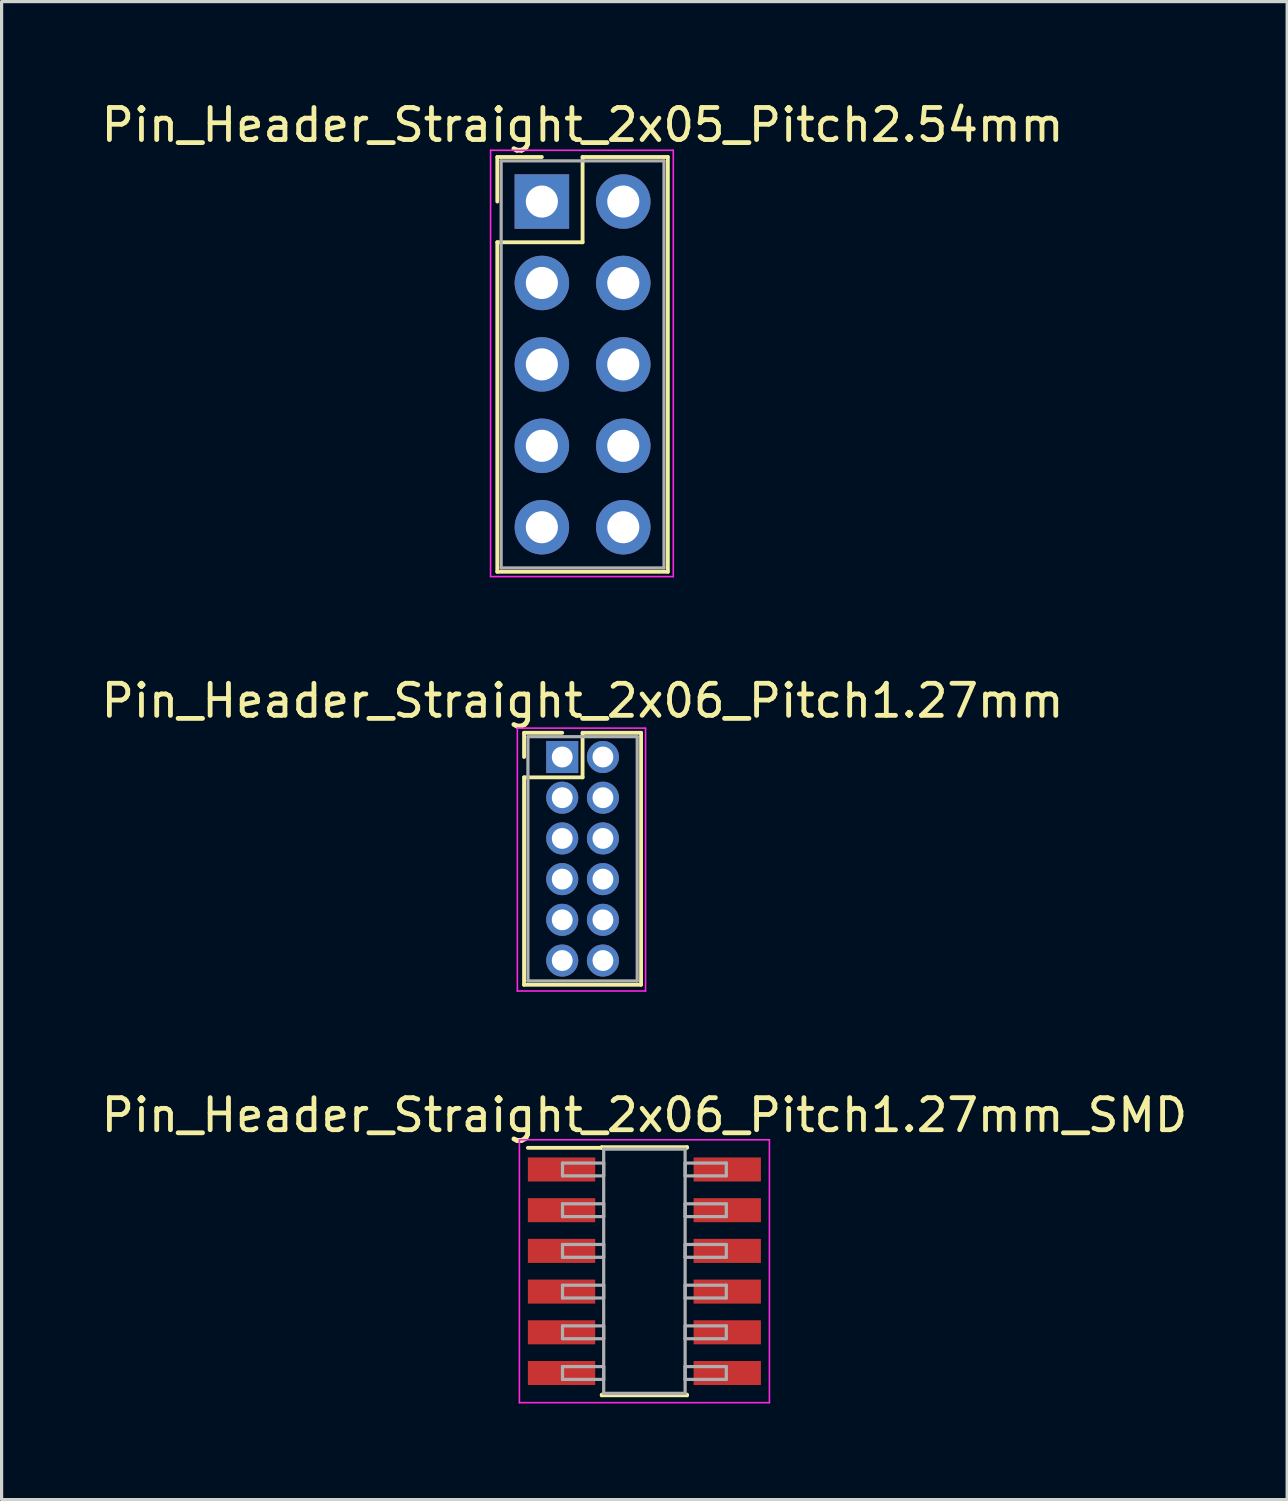
<source format=kicad_pcb>
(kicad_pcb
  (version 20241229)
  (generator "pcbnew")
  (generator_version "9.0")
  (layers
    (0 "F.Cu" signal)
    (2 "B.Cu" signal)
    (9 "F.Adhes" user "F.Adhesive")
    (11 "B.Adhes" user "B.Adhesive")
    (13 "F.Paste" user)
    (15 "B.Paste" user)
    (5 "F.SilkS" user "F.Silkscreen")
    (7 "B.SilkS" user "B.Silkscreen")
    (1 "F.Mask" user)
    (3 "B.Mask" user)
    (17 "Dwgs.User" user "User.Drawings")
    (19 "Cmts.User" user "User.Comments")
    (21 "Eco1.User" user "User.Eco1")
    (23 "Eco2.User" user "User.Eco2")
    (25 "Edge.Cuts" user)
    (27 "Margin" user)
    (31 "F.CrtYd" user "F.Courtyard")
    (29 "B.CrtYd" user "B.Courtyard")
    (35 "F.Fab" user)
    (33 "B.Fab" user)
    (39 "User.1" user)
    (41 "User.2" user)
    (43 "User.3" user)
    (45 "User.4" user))
  (footprint "Pin_Header_Straight_2x05_Pitch2.54mm"
    (layer "F.Cu")
    (at 13.855 3.238)
    (property "Reference" "Pin_Header_Straight_2x05_Pitch2.54mm" (at 1.27 -2.39 0) (layer "F.SilkS") (effects (font (size 1 1) (thickness 0.15))))
    (attr through_hole)
    (fp_line (start -1.39 -1.39) (end 0 -1.39) (stroke (width 0.12) (type solid)) (layer "F.SilkS"))
    (fp_line (start -1.39 0) (end -1.39 -1.39) (stroke (width 0.12) (type solid)) (layer "F.SilkS"))
    (fp_line (start -1.39 1.27) (end -1.39 11.55) (stroke (width 0.12) (type solid)) (layer "F.SilkS"))
    (fp_line (start -1.39 11.55) (end 3.93 11.55) (stroke (width 0.12) (type solid)) (layer "F.SilkS"))
    (fp_line (start 1.27 -1.39) (end 1.27 1.27) (stroke (width 0.12) (type solid)) (layer "F.SilkS"))
    (fp_line (start 1.27 1.27) (end -1.39 1.27) (stroke (width 0.12) (type solid)) (layer "F.SilkS"))
    (fp_line (start 3.93 -1.39) (end 1.27 -1.39) (stroke (width 0.12) (type solid)) (layer "F.SilkS"))
    (fp_line (start 3.93 11.55) (end 3.93 -1.39) (stroke (width 0.12) (type solid)) (layer "F.SilkS"))
    (fp_line (start -1.6 -1.6) (end -1.6 11.7) (stroke (width 0.05) (type solid)) (layer "F.CrtYd"))
    (fp_line (start -1.6 11.7) (end 4.1 11.7) (stroke (width 0.05) (type solid)) (layer "F.CrtYd"))
    (fp_line (start 4.1 -1.6) (end -1.6 -1.6) (stroke (width 0.05) (type solid)) (layer "F.CrtYd"))
    (fp_line (start 4.1 11.7) (end 4.1 -1.6) (stroke (width 0.05) (type solid)) (layer "F.CrtYd"))
    (fp_line (start -1.27 -1.27) (end -1.27 11.43) (stroke (width 0.1) (type solid)) (layer "F.Fab"))
    (fp_line (start -1.27 11.43) (end 3.81 11.43) (stroke (width 0.1) (type solid)) (layer "F.Fab"))
    (fp_line (start 3.81 -1.27) (end -1.27 -1.27) (stroke (width 0.1) (type solid)) (layer "F.Fab"))
    (fp_line (start 3.81 11.43) (end 3.81 -1.27) (stroke (width 0.1) (type solid)) (layer "F.Fab"))
    (pad "1" thru_hole rect (at 0 0) (size 1.7 1.7) (drill 1) (layers "*.Cu" "*.Mask"))
    (pad "2" thru_hole oval (at 2.54 0) (size 1.7 1.7) (drill 1) (layers "*.Cu" "*.Mask"))
    (pad "3" thru_hole oval (at 0 2.54) (size 1.7 1.7) (drill 1) (layers "*.Cu" "*.Mask"))
    (pad "4" thru_hole oval (at 2.54 2.54) (size 1.7 1.7) (drill 1) (layers "*.Cu" "*.Mask"))
    (pad "5" thru_hole oval (at 0 5.08) (size 1.7 1.7) (drill 1) (layers "*.Cu" "*.Mask"))
    (pad "6" thru_hole oval (at 2.54 5.08) (size 1.7 1.7) (drill 1) (layers "*.Cu" "*.Mask"))
    (pad "7" thru_hole oval (at 0 7.62) (size 1.7 1.7) (drill 1) (layers "*.Cu" "*.Mask"))
    (pad "8" thru_hole oval (at 2.54 7.62) (size 1.7 1.7) (drill 1) (layers "*.Cu" "*.Mask"))
    (pad "9" thru_hole oval (at 0 10.16) (size 1.7 1.7) (drill 1) (layers "*.Cu" "*.Mask"))
    (pad "10" thru_hole oval (at 2.54 10.16) (size 1.7 1.7) (drill 1) (layers "*.Cu" "*.Mask")))
  (footprint "Pin_Header_Straight_2x06_Pitch1.27mm"
    (layer "F.Cu")
    (at 14.49 20.567)
    (property "Reference" "Pin_Header_Straight_2x06_Pitch1.27mm" (at 0.635 -1.755 0) (layer "F.SilkS") (effects (font (size 1 1) (thickness 0.15))))
    (attr through_hole)
    (fp_line (start -1.19 -0.755) (end 0 -0.755) (stroke (width 0.12) (type solid)) (layer "F.SilkS"))
    (fp_line (start -1.19 0) (end -1.19 -0.755) (stroke (width 0.12) (type solid)) (layer "F.SilkS"))
    (fp_line (start -1.19 0.635) (end -1.19 7.105) (stroke (width 0.12) (type solid)) (layer "F.SilkS"))
    (fp_line (start -1.19 7.105) (end 2.46 7.105) (stroke (width 0.12) (type solid)) (layer "F.SilkS"))
    (fp_line (start 0.635 -0.755) (end 0.635 0.635) (stroke (width 0.12) (type solid)) (layer "F.SilkS"))
    (fp_line (start 0.635 0.635) (end -1.19 0.635) (stroke (width 0.12) (type solid)) (layer "F.SilkS"))
    (fp_line (start 2.46 -0.755) (end 0.635 -0.755) (stroke (width 0.12) (type solid)) (layer "F.SilkS"))
    (fp_line (start 2.46 7.105) (end 2.46 -0.755) (stroke (width 0.12) (type solid)) (layer "F.SilkS"))
    (fp_line (start -1.4 -0.9) (end -1.4 7.3) (stroke (width 0.05) (type solid)) (layer "F.CrtYd"))
    (fp_line (start -1.4 7.3) (end 2.6 7.3) (stroke (width 0.05) (type solid)) (layer "F.CrtYd"))
    (fp_line (start 2.6 -0.9) (end -1.4 -0.9) (stroke (width 0.05) (type solid)) (layer "F.CrtYd"))
    (fp_line (start 2.6 7.3) (end 2.6 -0.9) (stroke (width 0.05) (type solid)) (layer "F.CrtYd"))
    (fp_line (start -1.07 -0.635) (end -1.07 6.985) (stroke (width 0.1) (type solid)) (layer "F.Fab"))
    (fp_line (start -1.07 6.985) (end 2.34 6.985) (stroke (width 0.1) (type solid)) (layer "F.Fab"))
    (fp_line (start 2.34 -0.635) (end -1.07 -0.635) (stroke (width 0.1) (type solid)) (layer "F.Fab"))
    (fp_line (start 2.34 6.985) (end 2.34 -0.635) (stroke (width 0.1) (type solid)) (layer "F.Fab"))
    (pad "1" thru_hole rect (at 0 0) (size 1 1) (drill 0.65) (layers "*.Cu" "*.Mask"))
    (pad "2" thru_hole oval (at 1.27 0) (size 1 1) (drill 0.65) (layers "*.Cu" "*.Mask"))
    (pad "3" thru_hole oval (at 0 1.27) (size 1 1) (drill 0.65) (layers "*.Cu" "*.Mask"))
    (pad "4" thru_hole oval (at 1.27 1.27) (size 1 1) (drill 0.65) (layers "*.Cu" "*.Mask"))
    (pad "5" thru_hole oval (at 0 2.54) (size 1 1) (drill 0.65) (layers "*.Cu" "*.Mask"))
    (pad "6" thru_hole oval (at 1.27 2.54) (size 1 1) (drill 0.65) (layers "*.Cu" "*.Mask"))
    (pad "7" thru_hole oval (at 0 3.81) (size 1 1) (drill 0.65) (layers "*.Cu" "*.Mask"))
    (pad "8" thru_hole oval (at 1.27 3.81) (size 1 1) (drill 0.65) (layers "*.Cu" "*.Mask"))
    (pad "9" thru_hole oval (at 0 5.08) (size 1 1) (drill 0.65) (layers "*.Cu" "*.Mask"))
    (pad "10" thru_hole oval (at 1.27 5.08) (size 1 1) (drill 0.65) (layers "*.Cu" "*.Mask"))
    (pad "11" thru_hole oval (at 0 6.35) (size 1 1) (drill 0.65) (layers "*.Cu" "*.Mask"))
    (pad "12" thru_hole oval (at 1.27 6.35) (size 1 1) (drill 0.65) (layers "*.Cu" "*.Mask")))
  (footprint "Pin_Header_Straight_2x06_Pitch1.27mm_SMD"
    (layer "F.Cu")
    (at 17.054 36.61)
    (property "Reference" "Pin_Header_Straight_2x06_Pitch1.27mm_SMD" (at 0 -4.87 0) (layer "F.SilkS") (effects (font (size 1 1) (thickness 0.15))))
    (attr smd)
    (fp_line (start -3.635 -3.85) (end -1.33 -3.85) (stroke (width 0.12) (type solid)) (layer "F.SilkS"))
    (fp_line (start -1.33 -3.87) (end 1.33 -3.87) (stroke (width 0.12) (type solid)) (layer "F.SilkS"))
    (fp_line (start -1.33 -3.85) (end -1.33 -3.87) (stroke (width 0.12) (type solid)) (layer "F.SilkS"))
    (fp_line (start -1.33 3.85) (end -1.33 3.87) (stroke (width 0.12) (type solid)) (layer "F.SilkS"))
    (fp_line (start -1.33 3.87) (end 1.33 3.87) (stroke (width 0.12) (type solid)) (layer "F.SilkS"))
    (fp_line (start 1.33 -3.87) (end 1.33 -3.85) (stroke (width 0.12) (type solid)) (layer "F.SilkS"))
    (fp_line (start 1.33 3.87) (end 1.33 3.85) (stroke (width 0.12) (type solid)) (layer "F.SilkS"))
    (fp_line (start -3.9 -4.1) (end -3.9 4.1) (stroke (width 0.05) (type solid)) (layer "F.CrtYd"))
    (fp_line (start -3.9 4.1) (end 3.9 4.1) (stroke (width 0.05) (type solid)) (layer "F.CrtYd"))
    (fp_line (start 3.9 -4.1) (end -3.9 -4.1) (stroke (width 0.05) (type solid)) (layer "F.CrtYd"))
    (fp_line (start 3.9 4.1) (end 3.9 -4.1) (stroke (width 0.05) (type solid)) (layer "F.CrtYd"))
    (fp_line (start -2.555 -3.375) (end -1.27 -3.375) (stroke (width 0.1) (type solid)) (layer "F.Fab"))
    (fp_line (start -2.555 -2.975) (end -2.555 -3.375) (stroke (width 0.1) (type solid)) (layer "F.Fab"))
    (fp_line (start -2.555 -2.105) (end -1.27 -2.105) (stroke (width 0.1) (type solid)) (layer "F.Fab"))
    (fp_line (start -2.555 -1.705) (end -2.555 -2.105) (stroke (width 0.1) (type solid)) (layer "F.Fab"))
    (fp_line (start -2.555 -0.835) (end -1.27 -0.835) (stroke (width 0.1) (type solid)) (layer "F.Fab"))
    (fp_line (start -2.555 -0.435) (end -2.555 -0.835) (stroke (width 0.1) (type solid)) (layer "F.Fab"))
    (fp_line (start -2.555 0.435) (end -1.27 0.435) (stroke (width 0.1) (type solid)) (layer "F.Fab"))
    (fp_line (start -2.555 0.835) (end -2.555 0.435) (stroke (width 0.1) (type solid)) (layer "F.Fab"))
    (fp_line (start -2.555 1.705) (end -1.27 1.705) (stroke (width 0.1) (type solid)) (layer "F.Fab"))
    (fp_line (start -2.555 2.105) (end -2.555 1.705) (stroke (width 0.1) (type solid)) (layer "F.Fab"))
    (fp_line (start -2.555 2.975) (end -1.27 2.975) (stroke (width 0.1) (type solid)) (layer "F.Fab"))
    (fp_line (start -2.555 3.375) (end -2.555 2.975) (stroke (width 0.1) (type solid)) (layer "F.Fab"))
    (fp_line (start -1.27 -3.81) (end -1.27 3.81) (stroke (width 0.1) (type solid)) (layer "F.Fab"))
    (fp_line (start -1.27 -3.375) (end -1.27 -2.975) (stroke (width 0.1) (type solid)) (layer "F.Fab"))
    (fp_line (start -1.27 -2.975) (end -2.555 -2.975) (stroke (width 0.1) (type solid)) (layer "F.Fab"))
    (fp_line (start -1.27 -2.105) (end -1.27 -1.705) (stroke (width 0.1) (type solid)) (layer "F.Fab"))
    (fp_line (start -1.27 -1.705) (end -2.555 -1.705) (stroke (width 0.1) (type solid)) (layer "F.Fab"))
    (fp_line (start -1.27 -0.835) (end -1.27 -0.435) (stroke (width 0.1) (type solid)) (layer "F.Fab"))
    (fp_line (start -1.27 -0.435) (end -2.555 -0.435) (stroke (width 0.1) (type solid)) (layer "F.Fab"))
    (fp_line (start -1.27 0.435) (end -1.27 0.835) (stroke (width 0.1) (type solid)) (layer "F.Fab"))
    (fp_line (start -1.27 0.835) (end -2.555 0.835) (stroke (width 0.1) (type solid)) (layer "F.Fab"))
    (fp_line (start -1.27 1.705) (end -1.27 2.105) (stroke (width 0.1) (type solid)) (layer "F.Fab"))
    (fp_line (start -1.27 2.105) (end -2.555 2.105) (stroke (width 0.1) (type solid)) (layer "F.Fab"))
    (fp_line (start -1.27 2.975) (end -1.27 3.375) (stroke (width 0.1) (type solid)) (layer "F.Fab"))
    (fp_line (start -1.27 3.375) (end -2.555 3.375) (stroke (width 0.1) (type solid)) (layer "F.Fab"))
    (fp_line (start -1.27 3.81) (end 1.27 3.81) (stroke (width 0.1) (type solid)) (layer "F.Fab"))
    (fp_line (start 1.27 -3.81) (end -1.27 -3.81) (stroke (width 0.1) (type solid)) (layer "F.Fab"))
    (fp_line (start 1.27 -3.375) (end 1.27 -2.975) (stroke (width 0.1) (type solid)) (layer "F.Fab"))
    (fp_line (start 1.27 -2.975) (end 2.555 -2.975) (stroke (width 0.1) (type solid)) (layer "F.Fab"))
    (fp_line (start 1.27 -2.105) (end 1.27 -1.705) (stroke (width 0.1) (type solid)) (layer "F.Fab"))
    (fp_line (start 1.27 -1.705) (end 2.555 -1.705) (stroke (width 0.1) (type solid)) (layer "F.Fab"))
    (fp_line (start 1.27 -0.835) (end 1.27 -0.435) (stroke (width 0.1) (type solid)) (layer "F.Fab"))
    (fp_line (start 1.27 -0.435) (end 2.555 -0.435) (stroke (width 0.1) (type solid)) (layer "F.Fab"))
    (fp_line (start 1.27 0.435) (end 1.27 0.835) (stroke (width 0.1) (type solid)) (layer "F.Fab"))
    (fp_line (start 1.27 0.835) (end 2.555 0.835) (stroke (width 0.1) (type solid)) (layer "F.Fab"))
    (fp_line (start 1.27 1.705) (end 1.27 2.105) (stroke (width 0.1) (type solid)) (layer "F.Fab"))
    (fp_line (start 1.27 2.105) (end 2.555 2.105) (stroke (width 0.1) (type solid)) (layer "F.Fab"))
    (fp_line (start 1.27 2.975) (end 1.27 3.375) (stroke (width 0.1) (type solid)) (layer "F.Fab"))
    (fp_line (start 1.27 3.375) (end 2.555 3.375) (stroke (width 0.1) (type solid)) (layer "F.Fab"))
    (fp_line (start 1.27 3.81) (end 1.27 -3.81) (stroke (width 0.1) (type solid)) (layer "F.Fab"))
    (fp_line (start 2.555 -3.375) (end 1.27 -3.375) (stroke (width 0.1) (type solid)) (layer "F.Fab"))
    (fp_line (start 2.555 -2.975) (end 2.555 -3.375) (stroke (width 0.1) (type solid)) (layer "F.Fab"))
    (fp_line (start 2.555 -2.105) (end 1.27 -2.105) (stroke (width 0.1) (type solid)) (layer "F.Fab"))
    (fp_line (start 2.555 -1.705) (end 2.555 -2.105) (stroke (width 0.1) (type solid)) (layer "F.Fab"))
    (fp_line (start 2.555 -0.835) (end 1.27 -0.835) (stroke (width 0.1) (type solid)) (layer "F.Fab"))
    (fp_line (start 2.555 -0.435) (end 2.555 -0.835) (stroke (width 0.1) (type solid)) (layer "F.Fab"))
    (fp_line (start 2.555 0.435) (end 1.27 0.435) (stroke (width 0.1) (type solid)) (layer "F.Fab"))
    (fp_line (start 2.555 0.835) (end 2.555 0.435) (stroke (width 0.1) (type solid)) (layer "F.Fab"))
    (fp_line (start 2.555 1.705) (end 1.27 1.705) (stroke (width 0.1) (type solid)) (layer "F.Fab"))
    (fp_line (start 2.555 2.105) (end 2.555 1.705) (stroke (width 0.1) (type solid)) (layer "F.Fab"))
    (fp_line (start 2.555 2.975) (end 1.27 2.975) (stroke (width 0.1) (type solid)) (layer "F.Fab"))
    (fp_line (start 2.555 3.375) (end 2.555 2.975) (stroke (width 0.1) (type solid)) (layer "F.Fab"))
    (pad "1" smd rect (at -2.585 -3.175) (size 2.1 0.75) (layers "F.Cu" "F.Mask"))
    (pad "2" smd rect (at 2.585 -3.175) (size 2.1 0.75) (layers "F.Cu" "F.Mask"))
    (pad "3" smd rect (at -2.585 -1.905) (size 2.1 0.75) (layers "F.Cu" "F.Mask"))
    (pad "4" smd rect (at 2.585 -1.905) (size 2.1 0.75) (layers "F.Cu" "F.Mask"))
    (pad "5" smd rect (at -2.585 -0.635) (size 2.1 0.75) (layers "F.Cu" "F.Mask"))
    (pad "6" smd rect (at 2.585 -0.635) (size 2.1 0.75) (layers "F.Cu" "F.Mask"))
    (pad "7" smd rect (at -2.585 0.635) (size 2.1 0.75) (layers "F.Cu" "F.Mask"))
    (pad "8" smd rect (at 2.585 0.635) (size 2.1 0.75) (layers "F.Cu" "F.Mask"))
    (pad "9" smd rect (at -2.585 1.905) (size 2.1 0.75) (layers "F.Cu" "F.Mask"))
    (pad "10" smd rect (at 2.585 1.905) (size 2.1 0.75) (layers "F.Cu" "F.Mask"))
    (pad "11" smd rect (at -2.585 3.175) (size 2.1 0.75) (layers "F.Cu" "F.Mask"))
    (pad "12" smd rect (at 2.585 3.175) (size 2.1 0.75) (layers "F.Cu" "F.Mask")))
  (gr_rect
    (start -3 -3)
    (end 37.107 43.735)
    (stroke (width 0.1) (type default))
    (fill no)
    (layer "Edge.Cuts")))
</source>
